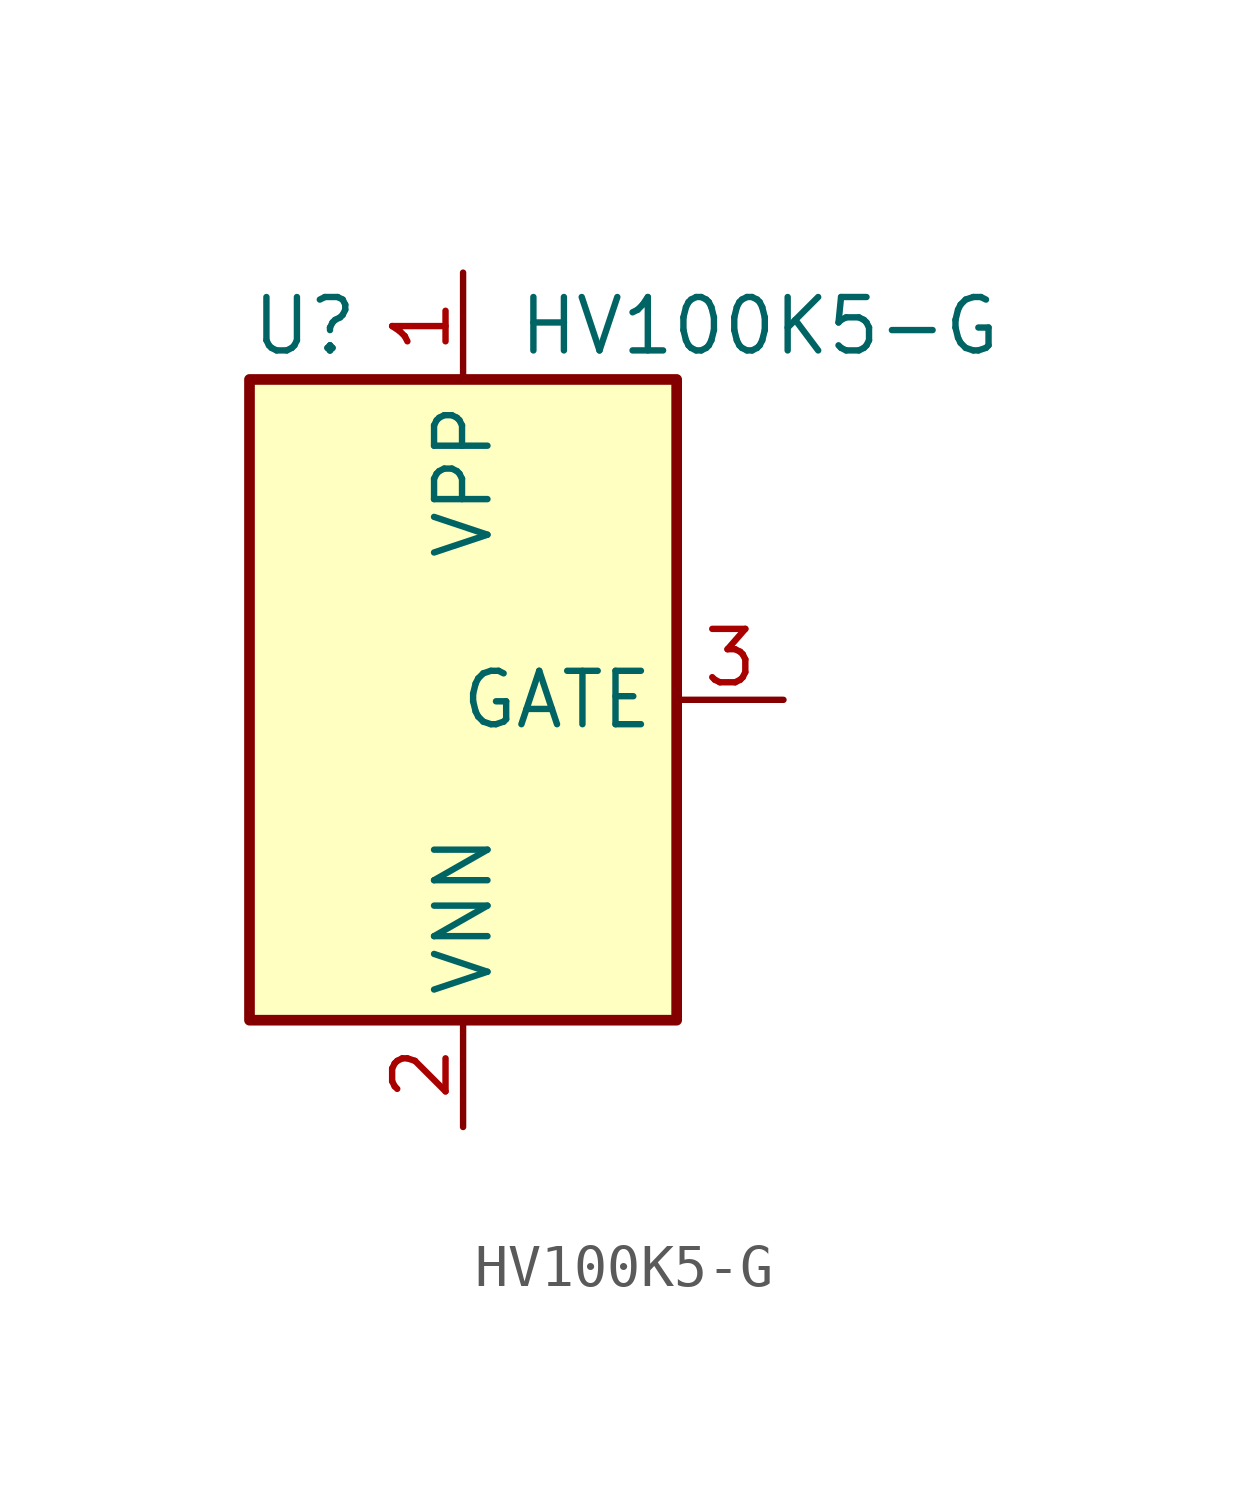
<source format=kicad_sym>
(kicad_symbol_lib
  (version 20201005)
  (generator kicad_symbol_editor)
  (symbol "HV100K5-G"
    (property "Reference" "U"
      (at -5.08 8.89 0)
      (effects (font (size 1.27 1.27)) (justify left)))
    (property "Value" "HV100K5-G"
      (at 1.27 8.89 0)
      (effects (font (size 1.27 1.27)) (justify left)))
    (symbol "HV100K5-G_0_1"
      (rectangle (start -5.08 7.62) (end 5.08 -7.62) (stroke (width 0.254)) (fill (type background))))
    (symbol "HV100K5-G_1_1"
      (pin power_in line (at 0 10.16 270) (length 2.54) (name "VPP" (effects (font (size 1.27 1.27)))) (number "1" (effects (font (size 1.27 1.27)))))
      (pin power_in line (at 0 -10.16 90) (length 2.54) (name "VNN" (effects (font (size 1.27 1.27)))) (number "2" (effects (font (size 1.27 1.27)))))
      (pin output line (at 7.62 0 180) (length 2.54) (name "GATE" (effects (font (size 1.27 1.27)))) (number "3" (effects (font (size 1.27 1.27))))))))
</source>
